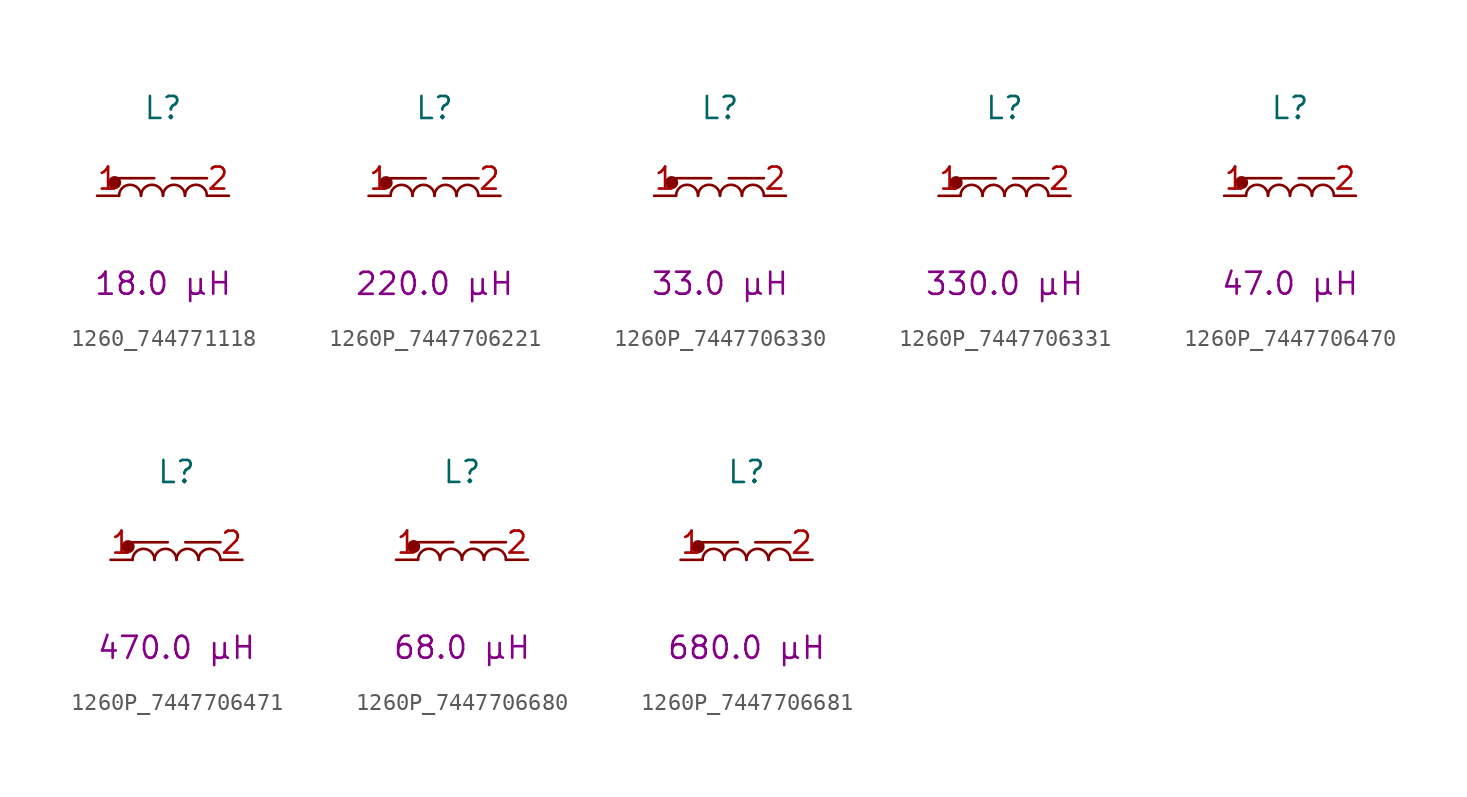
<source format=kicad_sym>
(kicad_symbol_lib
  (version 20220914)
  (generator kicad_symbol_editor)
  (symbol "1260_744771118"
    (pin_names hide)
    (property "Reference" "L"
      (at 0 5.08 0)
      (effects (font (size 1.27 1.27))))
    (property "Critical Parameter" "18.0 µH"
      (at 0 -5.08 0)
      (effects (font (size 1.27 1.27))))
    (symbol "1260_744771118_0_1"
      (arc (start -1.27 0) (mid -1.905 0.6323) (end -2.54 0) (stroke (width 0) (type default)) (fill (type none)))
      (arc (start 0 0) (mid -0.635 0.6323) (end -1.27 0) (stroke (width 0) (type default)) (fill (type none)))
      (polyline (pts (xy -2.54 1.016) (xy -0.508 1.016)) (stroke (width 0) (type default)) (fill (type none)))
      (arc (start 1.27 0) (mid 0.635 0.6323) (end 0 0) (stroke (width 0) (type default)) (fill (type none)))
      (arc (start 2.54 0) (mid 1.905 0.6323) (end 1.27 0) (stroke (width 0) (type default)) (fill (type none))))
    (symbol "1260_744771118_1_1"
      (circle (center -2.794 0.762) (radius 0.0001) (stroke (width 0.381) (type default)) (fill (type none)))
      (polyline (pts (xy 2.54 1.016) (xy 0.508 1.016)) (stroke (width 0) (type default)) (fill (type none)))
      (pin passive line (at -3.81 0 0) (length 1.27) (name "1" (effects (font (size 1.27 1.27)))) (number "1" (effects (font (size 1.27 1.27)))))
      (pin passive line (at 3.81 0 180) (length 1.27) (name "2" (effects (font (size 1.27 1.27)))) (number "2" (effects (font (size 1.27 1.27)))))))
  (symbol "1260P_7447706221"
    (pin_names hide)
    (property "Reference" "L"
      (at 0 5.08 0)
      (effects (font (size 1.27 1.27))))
    (property "Critical Parameter" "220.0 µH"
      (at 0 -5.08 0)
      (effects (font (size 1.27 1.27))))
    (symbol "1260P_7447706221_0_1"
      (arc (start -1.27 0) (mid -1.905 0.6323) (end -2.54 0) (stroke (width 0) (type default)) (fill (type none)))
      (arc (start 0 0) (mid -0.635 0.6323) (end -1.27 0) (stroke (width 0) (type default)) (fill (type none)))
      (polyline (pts (xy -2.54 1.016) (xy -0.508 1.016)) (stroke (width 0) (type default)) (fill (type none)))
      (arc (start 1.27 0) (mid 0.635 0.6323) (end 0 0) (stroke (width 0) (type default)) (fill (type none)))
      (arc (start 2.54 0) (mid 1.905 0.6323) (end 1.27 0) (stroke (width 0) (type default)) (fill (type none))))
    (symbol "1260P_7447706221_1_1"
      (circle (center -2.794 0.762) (radius 0.0001) (stroke (width 0.381) (type default)) (fill (type none)))
      (polyline (pts (xy 2.54 1.016) (xy 0.508 1.016)) (stroke (width 0) (type default)) (fill (type none)))
      (pin passive line (at -3.81 0 0) (length 1.27) (name "1" (effects (font (size 1.27 1.27)))) (number "1" (effects (font (size 1.27 1.27)))))
      (pin passive line (at 3.81 0 180) (length 1.27) (name "2" (effects (font (size 1.27 1.27)))) (number "2" (effects (font (size 1.27 1.27)))))))
  (symbol "1260P_7447706330"
    (pin_names hide)
    (property "Reference" "L"
      (at 0 5.08 0)
      (effects (font (size 1.27 1.27))))
    (property "Critical Parameter" "33.0 µH"
      (at 0 -5.08 0)
      (effects (font (size 1.27 1.27))))
    (symbol "1260P_7447706330_0_1"
      (arc (start -1.27 0) (mid -1.905 0.6323) (end -2.54 0) (stroke (width 0) (type default)) (fill (type none)))
      (arc (start 0 0) (mid -0.635 0.6323) (end -1.27 0) (stroke (width 0) (type default)) (fill (type none)))
      (polyline (pts (xy -2.54 1.016) (xy -0.508 1.016)) (stroke (width 0) (type default)) (fill (type none)))
      (arc (start 1.27 0) (mid 0.635 0.6323) (end 0 0) (stroke (width 0) (type default)) (fill (type none)))
      (arc (start 2.54 0) (mid 1.905 0.6323) (end 1.27 0) (stroke (width 0) (type default)) (fill (type none))))
    (symbol "1260P_7447706330_1_1"
      (circle (center -2.794 0.762) (radius 0.0001) (stroke (width 0.381) (type default)) (fill (type none)))
      (polyline (pts (xy 2.54 1.016) (xy 0.508 1.016)) (stroke (width 0) (type default)) (fill (type none)))
      (pin passive line (at -3.81 0 0) (length 1.27) (name "1" (effects (font (size 1.27 1.27)))) (number "1" (effects (font (size 1.27 1.27)))))
      (pin passive line (at 3.81 0 180) (length 1.27) (name "2" (effects (font (size 1.27 1.27)))) (number "2" (effects (font (size 1.27 1.27)))))))
  (symbol "1260P_7447706331"
    (pin_names hide)
    (property "Reference" "L"
      (at 0 5.08 0)
      (effects (font (size 1.27 1.27))))
    (property "Critical Parameter" "330.0 µH"
      (at 0 -5.08 0)
      (effects (font (size 1.27 1.27))))
    (symbol "1260P_7447706331_0_1"
      (arc (start -1.27 0) (mid -1.905 0.6323) (end -2.54 0) (stroke (width 0) (type default)) (fill (type none)))
      (arc (start 0 0) (mid -0.635 0.6323) (end -1.27 0) (stroke (width 0) (type default)) (fill (type none)))
      (polyline (pts (xy -2.54 1.016) (xy -0.508 1.016)) (stroke (width 0) (type default)) (fill (type none)))
      (arc (start 1.27 0) (mid 0.635 0.6323) (end 0 0) (stroke (width 0) (type default)) (fill (type none)))
      (arc (start 2.54 0) (mid 1.905 0.6323) (end 1.27 0) (stroke (width 0) (type default)) (fill (type none))))
    (symbol "1260P_7447706331_1_1"
      (circle (center -2.794 0.762) (radius 0.0001) (stroke (width 0.381) (type default)) (fill (type none)))
      (polyline (pts (xy 2.54 1.016) (xy 0.508 1.016)) (stroke (width 0) (type default)) (fill (type none)))
      (pin passive line (at -3.81 0 0) (length 1.27) (name "1" (effects (font (size 1.27 1.27)))) (number "1" (effects (font (size 1.27 1.27)))))
      (pin passive line (at 3.81 0 180) (length 1.27) (name "2" (effects (font (size 1.27 1.27)))) (number "2" (effects (font (size 1.27 1.27)))))))
  (symbol "1260P_7447706470"
    (pin_names hide)
    (property "Reference" "L"
      (at 0 5.08 0)
      (effects (font (size 1.27 1.27))))
    (property "Critical Parameter" "47.0 µH"
      (at 0 -5.08 0)
      (effects (font (size 1.27 1.27))))
    (symbol "1260P_7447706470_0_1"
      (arc (start -1.27 0) (mid -1.905 0.6323) (end -2.54 0) (stroke (width 0) (type default)) (fill (type none)))
      (arc (start 0 0) (mid -0.635 0.6323) (end -1.27 0) (stroke (width 0) (type default)) (fill (type none)))
      (polyline (pts (xy -2.54 1.016) (xy -0.508 1.016)) (stroke (width 0) (type default)) (fill (type none)))
      (arc (start 1.27 0) (mid 0.635 0.6323) (end 0 0) (stroke (width 0) (type default)) (fill (type none)))
      (arc (start 2.54 0) (mid 1.905 0.6323) (end 1.27 0) (stroke (width 0) (type default)) (fill (type none))))
    (symbol "1260P_7447706470_1_1"
      (circle (center -2.794 0.762) (radius 0.0001) (stroke (width 0.381) (type default)) (fill (type none)))
      (polyline (pts (xy 2.54 1.016) (xy 0.508 1.016)) (stroke (width 0) (type default)) (fill (type none)))
      (pin passive line (at -3.81 0 0) (length 1.27) (name "1" (effects (font (size 1.27 1.27)))) (number "1" (effects (font (size 1.27 1.27)))))
      (pin passive line (at 3.81 0 180) (length 1.27) (name "2" (effects (font (size 1.27 1.27)))) (number "2" (effects (font (size 1.27 1.27)))))))
  (symbol "1260P_7447706471"
    (pin_names hide)
    (property "Reference" "L"
      (at 0 5.08 0)
      (effects (font (size 1.27 1.27))))
    (property "Critical Parameter" "470.0 µH"
      (at 0 -5.08 0)
      (effects (font (size 1.27 1.27))))
    (symbol "1260P_7447706471_0_1"
      (arc (start -1.27 0) (mid -1.905 0.6323) (end -2.54 0) (stroke (width 0) (type default)) (fill (type none)))
      (arc (start 0 0) (mid -0.635 0.6323) (end -1.27 0) (stroke (width 0) (type default)) (fill (type none)))
      (polyline (pts (xy -2.54 1.016) (xy -0.508 1.016)) (stroke (width 0) (type default)) (fill (type none)))
      (arc (start 1.27 0) (mid 0.635 0.6323) (end 0 0) (stroke (width 0) (type default)) (fill (type none)))
      (arc (start 2.54 0) (mid 1.905 0.6323) (end 1.27 0) (stroke (width 0) (type default)) (fill (type none))))
    (symbol "1260P_7447706471_1_1"
      (circle (center -2.794 0.762) (radius 0.0001) (stroke (width 0.381) (type default)) (fill (type none)))
      (polyline (pts (xy 2.54 1.016) (xy 0.508 1.016)) (stroke (width 0) (type default)) (fill (type none)))
      (pin passive line (at -3.81 0 0) (length 1.27) (name "1" (effects (font (size 1.27 1.27)))) (number "1" (effects (font (size 1.27 1.27)))))
      (pin passive line (at 3.81 0 180) (length 1.27) (name "2" (effects (font (size 1.27 1.27)))) (number "2" (effects (font (size 1.27 1.27)))))))
  (symbol "1260P_7447706680"
    (pin_names hide)
    (property "Reference" "L"
      (at 0 5.08 0)
      (effects (font (size 1.27 1.27))))
    (property "Critical Parameter" "68.0 µH"
      (at 0 -5.08 0)
      (effects (font (size 1.27 1.27))))
    (symbol "1260P_7447706680_0_1"
      (arc (start -1.27 0) (mid -1.905 0.6323) (end -2.54 0) (stroke (width 0) (type default)) (fill (type none)))
      (arc (start 0 0) (mid -0.635 0.6323) (end -1.27 0) (stroke (width 0) (type default)) (fill (type none)))
      (polyline (pts (xy -2.54 1.016) (xy -0.508 1.016)) (stroke (width 0) (type default)) (fill (type none)))
      (arc (start 1.27 0) (mid 0.635 0.6323) (end 0 0) (stroke (width 0) (type default)) (fill (type none)))
      (arc (start 2.54 0) (mid 1.905 0.6323) (end 1.27 0) (stroke (width 0) (type default)) (fill (type none))))
    (symbol "1260P_7447706680_1_1"
      (circle (center -2.794 0.762) (radius 0.0001) (stroke (width 0.381) (type default)) (fill (type none)))
      (polyline (pts (xy 2.54 1.016) (xy 0.508 1.016)) (stroke (width 0) (type default)) (fill (type none)))
      (pin passive line (at -3.81 0 0) (length 1.27) (name "1" (effects (font (size 1.27 1.27)))) (number "1" (effects (font (size 1.27 1.27)))))
      (pin passive line (at 3.81 0 180) (length 1.27) (name "2" (effects (font (size 1.27 1.27)))) (number "2" (effects (font (size 1.27 1.27)))))))
  (symbol "1260P_7447706681"
    (pin_names hide)
    (property "Reference" "L"
      (at 0 5.08 0)
      (effects (font (size 1.27 1.27))))
    (property "Critical Parameter" "680.0 µH"
      (at 0 -5.08 0)
      (effects (font (size 1.27 1.27))))
    (symbol "1260P_7447706681_0_1"
      (arc (start -1.27 0) (mid -1.905 0.6323) (end -2.54 0) (stroke (width 0) (type default)) (fill (type none)))
      (arc (start 0 0) (mid -0.635 0.6323) (end -1.27 0) (stroke (width 0) (type default)) (fill (type none)))
      (polyline (pts (xy -2.54 1.016) (xy -0.508 1.016)) (stroke (width 0) (type default)) (fill (type none)))
      (arc (start 1.27 0) (mid 0.635 0.6323) (end 0 0) (stroke (width 0) (type default)) (fill (type none)))
      (arc (start 2.54 0) (mid 1.905 0.6323) (end 1.27 0) (stroke (width 0) (type default)) (fill (type none))))
    (symbol "1260P_7447706681_1_1"
      (circle (center -2.794 0.762) (radius 0.0001) (stroke (width 0.381) (type default)) (fill (type none)))
      (polyline (pts (xy 2.54 1.016) (xy 0.508 1.016)) (stroke (width 0) (type default)) (fill (type none)))
      (pin passive line (at -3.81 0 0) (length 1.27) (name "1" (effects (font (size 1.27 1.27)))) (number "1" (effects (font (size 1.27 1.27)))))
      (pin passive line (at 3.81 0 180) (length 1.27) (name "2" (effects (font (size 1.27 1.27)))) (number "2" (effects (font (size 1.27 1.27))))))))
</source>
